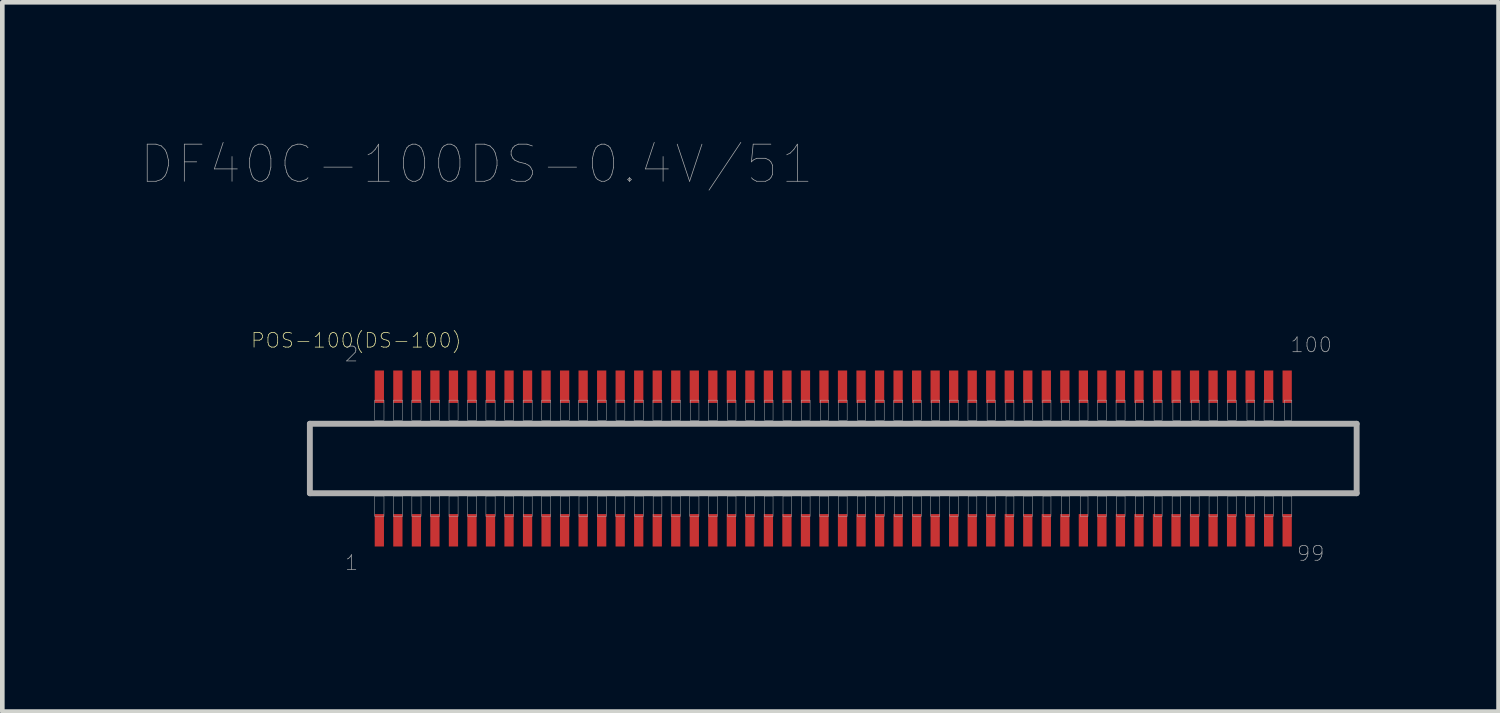
<source format=kicad_pcb>
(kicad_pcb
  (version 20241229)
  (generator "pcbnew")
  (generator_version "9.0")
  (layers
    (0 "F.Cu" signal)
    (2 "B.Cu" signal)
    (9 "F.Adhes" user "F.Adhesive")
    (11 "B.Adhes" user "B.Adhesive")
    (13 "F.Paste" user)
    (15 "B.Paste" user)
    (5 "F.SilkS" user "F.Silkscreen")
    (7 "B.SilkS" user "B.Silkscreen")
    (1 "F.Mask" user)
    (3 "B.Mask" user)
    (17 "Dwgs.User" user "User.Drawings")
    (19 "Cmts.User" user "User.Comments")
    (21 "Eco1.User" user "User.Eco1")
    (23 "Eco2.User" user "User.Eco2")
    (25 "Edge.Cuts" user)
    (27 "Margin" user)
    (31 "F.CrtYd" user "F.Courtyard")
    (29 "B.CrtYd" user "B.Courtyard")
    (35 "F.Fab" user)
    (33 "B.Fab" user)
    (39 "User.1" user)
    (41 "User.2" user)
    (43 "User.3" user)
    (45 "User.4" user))
  (footprint "POS-100(DS-100)"
    (layer "F.Cu")
    (at 3.64 7.599)
    (property "Reference" "POS-100(DS-100)" (at 1 -3.3 0) (layer "F.SilkS") (effects (font (size 0.315 0.315) (thickness 0.015))))
    (attr through_hole)
    (fp_line (start 0 -1.5) (end 0 0) (stroke (width 0.127) (type solid)) (layer "F.Fab"))
    (fp_line (start 0 0) (end 22.6 0) (stroke (width 0.127) (type solid)) (layer "F.Fab"))
    (fp_line (start 22.6 -1.5) (end 0 -1.5) (stroke (width 0.127) (type solid)) (layer "F.Fab"))
    (fp_line (start 22.6 0) (end 22.6 -1.5) (stroke (width 0.127) (type solid)) (layer "F.Fab"))
    (fp_poly (pts (xy 1.4 -2.01) (xy 1.6 -2.01) (xy 1.6 -1.57) (xy 1.4 -1.57)) (stroke (width 0.01) (type solid)) (fill no) (layer "F.Fab"))
    (fp_poly (pts (xy 1.4 0.06) (xy 1.6 0.06) (xy 1.6 0.5) (xy 1.4 0.5)) (stroke (width 0.01) (type solid)) (fill no) (layer "F.Fab"))
    (fp_poly (pts (xy 1.803 -2.01) (xy 2 -2.01) (xy 2 -1.572) (xy 1.803 -1.572)) (stroke (width 0.01) (type solid)) (fill no) (layer "F.Fab"))
    (fp_poly (pts (xy 1.803 0.06) (xy 2 0.06) (xy 2 0.501) (xy 1.803 0.501)) (stroke (width 0.01) (type solid)) (fill no) (layer "F.Fab"))
    (fp_poly (pts (xy 2.201 -2.01) (xy 2.4 -2.01) (xy 2.4 -1.571) (xy 2.201 -1.571)) (stroke (width 0.01) (type solid)) (fill no) (layer "F.Fab"))
    (fp_poly (pts (xy 2.202 0.06) (xy 2.4 0.06) (xy 2.4 0.501) (xy 2.202 0.501)) (stroke (width 0.01) (type solid)) (fill no) (layer "F.Fab"))
    (fp_poly (pts (xy 2.601 0.06) (xy 2.8 0.06) (xy 2.8 0.5) (xy 2.601 0.5)) (stroke (width 0.01) (type solid)) (fill no) (layer "F.Fab"))
    (fp_poly (pts (xy 2.604 -2.01) (xy 2.8 -2.01) (xy 2.8 -1.573) (xy 2.604 -1.573)) (stroke (width 0.01) (type solid)) (fill no) (layer "F.Fab"))
    (fp_poly (pts (xy 3.004 -2.01) (xy 3.2 -2.01) (xy 3.2 -1.572) (xy 3.004 -1.572)) (stroke (width 0.01) (type solid)) (fill no) (layer "F.Fab"))
    (fp_poly (pts (xy 3.005 0.06) (xy 3.2 0.06) (xy 3.2 0.501) (xy 3.005 0.501)) (stroke (width 0.01) (type solid)) (fill no) (layer "F.Fab"))
    (fp_poly (pts (xy 3.404 -2.01) (xy 3.6 -2.01) (xy 3.6 -1.572) (xy 3.404 -1.572)) (stroke (width 0.01) (type solid)) (fill no) (layer "F.Fab"))
    (fp_poly (pts (xy 3.405 0.06) (xy 3.6 0.06) (xy 3.6 0.501) (xy 3.405 0.501)) (stroke (width 0.01) (type solid)) (fill no) (layer "F.Fab"))
    (fp_poly (pts (xy 3.801 0.06) (xy 4 0.06) (xy 4 0.5) (xy 3.801 0.5)) (stroke (width 0.01) (type solid)) (fill no) (layer "F.Fab"))
    (fp_poly (pts (xy 3.801 -2.01) (xy 4 -2.01) (xy 4 -1.57) (xy 3.801 -1.57)) (stroke (width 0.01) (type solid)) (fill no) (layer "F.Fab"))
    (fp_poly (pts (xy 4.2 0.06) (xy 4.4 0.06) (xy 4.4 0.5) (xy 4.2 0.5)) (stroke (width 0.01) (type solid)) (fill no) (layer "F.Fab"))
    (fp_poly (pts (xy 4.206 -2.01) (xy 4.4 -2.01) (xy 4.4 -1.572) (xy 4.206 -1.572)) (stroke (width 0.01) (type solid)) (fill no) (layer "F.Fab"))
    (fp_poly (pts (xy 4.605 -2.01) (xy 4.8 -2.01) (xy 4.8 -1.572) (xy 4.605 -1.572)) (stroke (width 0.01) (type solid)) (fill no) (layer "F.Fab"))
    (fp_poly (pts (xy 4.609 0.06) (xy 4.8 0.06) (xy 4.8 0.501) (xy 4.609 0.501)) (stroke (width 0.01) (type solid)) (fill no) (layer "F.Fab"))
    (fp_poly (pts (xy 5.003 0.06) (xy 5.2 0.06) (xy 5.2 0.5) (xy 5.003 0.5)) (stroke (width 0.01) (type solid)) (fill no) (layer "F.Fab"))
    (fp_poly (pts (xy 5.005 -2.01) (xy 5.2 -2.01) (xy 5.2 -1.572) (xy 5.005 -1.572)) (stroke (width 0.01) (type solid)) (fill no) (layer "F.Fab"))
    (fp_poly (pts (xy 5.407 -2.01) (xy 5.6 -2.01) (xy 5.6 -1.572) (xy 5.407 -1.572)) (stroke (width 0.01) (type solid)) (fill no) (layer "F.Fab"))
    (fp_poly (pts (xy 5.411 0.06) (xy 5.6 0.06) (xy 5.6 0.501) (xy 5.411 0.501)) (stroke (width 0.01) (type solid)) (fill no) (layer "F.Fab"))
    (fp_poly (pts (xy 5.805 -2.01) (xy 6 -2.01) (xy 6 -1.571) (xy 5.805 -1.571)) (stroke (width 0.01) (type solid)) (fill no) (layer "F.Fab"))
    (fp_poly (pts (xy 5.81 0.06) (xy 6 0.06) (xy 6 0.501) (xy 5.81 0.501)) (stroke (width 0.01) (type solid)) (fill no) (layer "F.Fab"))
    (fp_poly (pts (xy 6.207 0.06) (xy 6.4 0.06) (xy 6.4 0.501) (xy 6.207 0.501)) (stroke (width 0.01) (type solid)) (fill no) (layer "F.Fab"))
    (fp_poly (pts (xy 6.212 -2.01) (xy 6.4 -2.01) (xy 6.4 -1.573) (xy 6.212 -1.573)) (stroke (width 0.01) (type solid)) (fill no) (layer "F.Fab"))
    (fp_poly (pts (xy 6.6 0.06) (xy 6.8 0.06) (xy 6.8 0.5) (xy 6.6 0.5)) (stroke (width 0.01) (type solid)) (fill no) (layer "F.Fab"))
    (fp_poly (pts (xy 6.61 -2.01) (xy 6.8 -2.01) (xy 6.8 -1.572) (xy 6.61 -1.572)) (stroke (width 0.01) (type solid)) (fill no) (layer "F.Fab"))
    (fp_poly (pts (xy 7.001 -2.01) (xy 7.2 -2.01) (xy 7.2 -1.57) (xy 7.001 -1.57)) (stroke (width 0.01) (type solid)) (fill no) (layer "F.Fab"))
    (fp_poly (pts (xy 7.013 0.06) (xy 7.2 0.06) (xy 7.2 0.501) (xy 7.013 0.501)) (stroke (width 0.01) (type solid)) (fill no) (layer "F.Fab"))
    (fp_poly (pts (xy 7.408 -2.01) (xy 7.6 -2.01) (xy 7.6 -1.572) (xy 7.408 -1.572)) (stroke (width 0.01) (type solid)) (fill no) (layer "F.Fab"))
    (fp_poly (pts (xy 7.412 0.06) (xy 7.6 0.06) (xy 7.6 0.501) (xy 7.412 0.501)) (stroke (width 0.01) (type solid)) (fill no) (layer "F.Fab"))
    (fp_poly (pts (xy 7.8 0.06) (xy 8 0.06) (xy 8 0.5) (xy 7.8 0.5)) (stroke (width 0.01) (type solid)) (fill no) (layer "F.Fab"))
    (fp_poly (pts (xy 7.801 -2.01) (xy 8 -2.01) (xy 8 -1.57) (xy 7.801 -1.57)) (stroke (width 0.01) (type solid)) (fill no) (layer "F.Fab"))
    (fp_poly (pts (xy 8.201 0.06) (xy 8.4 0.06) (xy 8.4 0.5) (xy 8.201 0.5)) (stroke (width 0.01) (type solid)) (fill no) (layer "F.Fab"))
    (fp_poly (pts (xy 8.212 -2.01) (xy 8.4 -2.01) (xy 8.4 -1.572) (xy 8.212 -1.572)) (stroke (width 0.01) (type solid)) (fill no) (layer "F.Fab"))
    (fp_poly (pts (xy 8.602 -2.01) (xy 8.8 -2.01) (xy 8.8 -1.57) (xy 8.602 -1.57)) (stroke (width 0.01) (type solid)) (fill no) (layer "F.Fab"))
    (fp_poly (pts (xy 8.607 0.06) (xy 8.8 0.06) (xy 8.8 0.5) (xy 8.607 0.5)) (stroke (width 0.01) (type solid)) (fill no) (layer "F.Fab"))
    (fp_poly (pts (xy 9.016 0.06) (xy 9.2 0.06) (xy 9.2 0.501) (xy 9.016 0.501)) (stroke (width 0.01) (type solid)) (fill no) (layer "F.Fab"))
    (fp_poly (pts (xy 9.017 -2.01) (xy 9.2 -2.01) (xy 9.2 -1.573) (xy 9.017 -1.573)) (stroke (width 0.01) (type solid)) (fill no) (layer "F.Fab"))
    (fp_poly (pts (xy 9.41 0.06) (xy 9.6 0.06) (xy 9.6 0.501) (xy 9.41 0.501)) (stroke (width 0.01) (type solid)) (fill no) (layer "F.Fab"))
    (fp_poly (pts (xy 9.41 -2.01) (xy 9.6 -2.01) (xy 9.6 -1.572) (xy 9.41 -1.572)) (stroke (width 0.01) (type solid)) (fill no) (layer "F.Fab"))
    (fp_poly (pts (xy 9.81 0.06) (xy 10 0.06) (xy 10 0.501) (xy 9.81 0.501)) (stroke (width 0.01) (type solid)) (fill no) (layer "F.Fab"))
    (fp_poly (pts (xy 9.816 -2.01) (xy 10 -2.01) (xy 10 -1.572) (xy 9.816 -1.572)) (stroke (width 0.01) (type solid)) (fill no) (layer "F.Fab"))
    (fp_poly (pts (xy 10.215 0.06) (xy 10.4 0.06) (xy 10.4 0.501) (xy 10.215 0.501)) (stroke (width 0.01) (type solid)) (fill no) (layer "F.Fab"))
    (fp_poly (pts (xy 10.216 -2.01) (xy 10.4 -2.01) (xy 10.4 -1.573) (xy 10.216 -1.573)) (stroke (width 0.01) (type solid)) (fill no) (layer "F.Fab"))
    (fp_poly (pts (xy 10.61 -2.01) (xy 10.8 -2.01) (xy 10.8 -1.571) (xy 10.61 -1.571)) (stroke (width 0.01) (type solid)) (fill no) (layer "F.Fab"))
    (fp_poly (pts (xy 10.615 0.06) (xy 10.8 0.06) (xy 10.8 0.501) (xy 10.615 0.501)) (stroke (width 0.01) (type solid)) (fill no) (layer "F.Fab"))
    (fp_poly (pts (xy 11.002 0.06) (xy 11.2 0.06) (xy 11.2 0.5) (xy 11.002 0.5)) (stroke (width 0.01) (type solid)) (fill no) (layer "F.Fab"))
    (fp_poly (pts (xy 11.02 -2.01) (xy 11.2 -2.01) (xy 11.2 -1.573) (xy 11.02 -1.573)) (stroke (width 0.01) (type solid)) (fill no) (layer "F.Fab"))
    (fp_poly (pts (xy 11.413 0.06) (xy 11.6 0.06) (xy 11.6 0.501) (xy 11.413 0.501)) (stroke (width 0.01) (type solid)) (fill no) (layer "F.Fab"))
    (fp_poly (pts (xy 11.417 -2.01) (xy 11.6 -2.01) (xy 11.6 -1.572) (xy 11.417 -1.572)) (stroke (width 0.01) (type solid)) (fill no) (layer "F.Fab"))
    (fp_poly (pts (xy 11.819 0.06) (xy 12 0.06) (xy 12 0.501) (xy 11.819 0.501)) (stroke (width 0.01) (type solid)) (fill no) (layer "F.Fab"))
    (fp_poly (pts (xy 11.822 -2.01) (xy 12 -2.01) (xy 12 -1.573) (xy 11.822 -1.573)) (stroke (width 0.01) (type solid)) (fill no) (layer "F.Fab"))
    (fp_poly (pts (xy 12.204 -2.01) (xy 12.4 -2.01) (xy 12.4 -1.571) (xy 12.204 -1.571)) (stroke (width 0.01) (type solid)) (fill no) (layer "F.Fab"))
    (fp_poly (pts (xy 12.21 0.06) (xy 12.4 0.06) (xy 12.4 0.5) (xy 12.21 0.5)) (stroke (width 0.01) (type solid)) (fill no) (layer "F.Fab"))
    (fp_poly (pts (xy 12.608 -2.01) (xy 12.8 -2.01) (xy 12.8 -1.571) (xy 12.608 -1.571)) (stroke (width 0.01) (type solid)) (fill no) (layer "F.Fab"))
    (fp_poly (pts (xy 12.62 0.06) (xy 12.8 0.06) (xy 12.8 0.501) (xy 12.62 0.501)) (stroke (width 0.01) (type solid)) (fill no) (layer "F.Fab"))
    (fp_poly (pts (xy 13.016 0.06) (xy 13.2 0.06) (xy 13.2 0.501) (xy 13.016 0.501)) (stroke (width 0.01) (type solid)) (fill no) (layer "F.Fab"))
    (fp_poly (pts (xy 13.025 -2.01) (xy 13.2 -2.01) (xy 13.2 -1.573) (xy 13.025 -1.573)) (stroke (width 0.01) (type solid)) (fill no) (layer "F.Fab"))
    (fp_poly (pts (xy 13.404 0.06) (xy 13.6 0.06) (xy 13.6 0.5) (xy 13.404 0.5)) (stroke (width 0.01) (type solid)) (fill no) (layer "F.Fab"))
    (fp_poly (pts (xy 13.425 -2.01) (xy 13.6 -2.01) (xy 13.6 -1.573) (xy 13.425 -1.573)) (stroke (width 0.01) (type solid)) (fill no) (layer "F.Fab"))
    (fp_poly (pts (xy 13.809 -2.01) (xy 14 -2.01) (xy 14 -1.571) (xy 13.809 -1.571)) (stroke (width 0.01) (type solid)) (fill no) (layer "F.Fab"))
    (fp_poly (pts (xy 13.814 0.06) (xy 14 0.06) (xy 14 0.501) (xy 13.814 0.501)) (stroke (width 0.01) (type solid)) (fill no) (layer "F.Fab"))
    (fp_poly (pts (xy 14.208 -2.01) (xy 14.4 -2.01) (xy 14.4 -1.571) (xy 14.208 -1.571)) (stroke (width 0.01) (type solid)) (fill no) (layer "F.Fab"))
    (fp_poly (pts (xy 14.213 0.06) (xy 14.4 0.06) (xy 14.4 0.5) (xy 14.213 0.5)) (stroke (width 0.01) (type solid)) (fill no) (layer "F.Fab"))
    (fp_poly (pts (xy 14.615 0.06) (xy 14.8 0.06) (xy 14.8 0.501) (xy 14.615 0.501)) (stroke (width 0.01) (type solid)) (fill no) (layer "F.Fab"))
    (fp_poly (pts (xy 14.622 -2.01) (xy 14.8 -2.01) (xy 14.8 -1.572) (xy 14.622 -1.572)) (stroke (width 0.01) (type solid)) (fill no) (layer "F.Fab"))
    (fp_poly (pts (xy 15.026 -2.01) (xy 15.2 -2.01) (xy 15.2 -1.573) (xy 15.026 -1.573)) (stroke (width 0.01) (type solid)) (fill no) (layer "F.Fab"))
    (fp_poly (pts (xy 15.03 0.06) (xy 15.2 0.06) (xy 15.2 0.501) (xy 15.03 0.501)) (stroke (width 0.01) (type solid)) (fill no) (layer "F.Fab"))
    (fp_poly (pts (xy 15.412 0.06) (xy 15.6 0.06) (xy 15.6 0.5) (xy 15.412 0.5)) (stroke (width 0.01) (type solid)) (fill no) (layer "F.Fab"))
    (fp_poly (pts (xy 15.421 -2.01) (xy 15.6 -2.01) (xy 15.6 -1.572) (xy 15.421 -1.572)) (stroke (width 0.01) (type solid)) (fill no) (layer "F.Fab"))
    (fp_poly (pts (xy 15.825 -2.01) (xy 16 -2.01) (xy 16 -1.572) (xy 15.825 -1.572)) (stroke (width 0.01) (type solid)) (fill no) (layer "F.Fab"))
    (fp_poly (pts (xy 15.829 0.06) (xy 16 0.06) (xy 16 0.501) (xy 15.829 0.501)) (stroke (width 0.01) (type solid)) (fill no) (layer "F.Fab"))
    (fp_poly (pts (xy 16.222 0.06) (xy 16.4 0.06) (xy 16.4 0.501) (xy 16.222 0.501)) (stroke (width 0.01) (type solid)) (fill no) (layer "F.Fab"))
    (fp_poly (pts (xy 16.232 -2.01) (xy 16.4 -2.01) (xy 16.4 -1.573) (xy 16.232 -1.573)) (stroke (width 0.01) (type solid)) (fill no) (layer "F.Fab"))
    (fp_poly (pts (xy 16.609 -2.01) (xy 16.8 -2.01) (xy 16.8 -1.571) (xy 16.609 -1.571)) (stroke (width 0.01) (type solid)) (fill no) (layer "F.Fab"))
    (fp_poly (pts (xy 16.632 0.06) (xy 16.8 0.06) (xy 16.8 0.501) (xy 16.632 0.501)) (stroke (width 0.01) (type solid)) (fill no) (layer "F.Fab"))
    (fp_poly (pts (xy 17 0.06) (xy 17.2 0.06) (xy 17.2 0.5) (xy 17 0.5)) (stroke (width 0.01) (type solid)) (fill no) (layer "F.Fab"))
    (fp_poly (pts (xy 17.011 -2.01) (xy 17.2 -2.01) (xy 17.2 -1.571) (xy 17.011 -1.571)) (stroke (width 0.01) (type solid)) (fill no) (layer "F.Fab"))
    (fp_poly (pts (xy 17.406 -2.01) (xy 17.6 -2.01) (xy 17.6 -1.571) (xy 17.406 -1.571)) (stroke (width 0.01) (type solid)) (fill no) (layer "F.Fab"))
    (fp_poly (pts (xy 17.42 0.06) (xy 17.6 0.06) (xy 17.6 0.501) (xy 17.42 0.501)) (stroke (width 0.01) (type solid)) (fill no) (layer "F.Fab"))
    (fp_poly (pts (xy 17.822 0.06) (xy 18 0.06) (xy 18 0.501) (xy 17.822 0.501)) (stroke (width 0.01) (type solid)) (fill no) (layer "F.Fab"))
    (fp_poly (pts (xy 17.83 -2.01) (xy 18 -2.01) (xy 18 -1.573) (xy 17.83 -1.573)) (stroke (width 0.01) (type solid)) (fill no) (layer "F.Fab"))
    (fp_poly (pts (xy 18.227 -2.01) (xy 18.4 -2.01) (xy 18.4 -1.572) (xy 18.227 -1.572)) (stroke (width 0.01) (type solid)) (fill no) (layer "F.Fab"))
    (fp_poly (pts (xy 18.232 0.06) (xy 18.4 0.06) (xy 18.4 0.501) (xy 18.232 0.501)) (stroke (width 0.01) (type solid)) (fill no) (layer "F.Fab"))
    (fp_poly (pts (xy 18.617 0.06) (xy 18.8 0.06) (xy 18.8 0.5) (xy 18.617 0.5)) (stroke (width 0.01) (type solid)) (fill no) (layer "F.Fab"))
    (fp_poly (pts (xy 18.633 -2.01) (xy 18.8 -2.01) (xy 18.8 -1.573) (xy 18.633 -1.573)) (stroke (width 0.01) (type solid)) (fill no) (layer "F.Fab"))
    (fp_poly (pts (xy 19.017 0.06) (xy 19.2 0.06) (xy 19.2 0.5) (xy 19.017 0.5)) (stroke (width 0.01) (type solid)) (fill no) (layer "F.Fab"))
    (fp_poly (pts (xy 19.038 -2.01) (xy 19.2 -2.01) (xy 19.2 -1.573) (xy 19.038 -1.573)) (stroke (width 0.01) (type solid)) (fill no) (layer "F.Fab"))
    (fp_poly (pts (xy 19.413 -2.01) (xy 19.6 -2.01) (xy 19.6 -1.571) (xy 19.413 -1.571)) (stroke (width 0.01) (type solid)) (fill no) (layer "F.Fab"))
    (fp_poly (pts (xy 19.414 0.06) (xy 19.6 0.06) (xy 19.6 0.5) (xy 19.414 0.5)) (stroke (width 0.01) (type solid)) (fill no) (layer "F.Fab"))
    (fp_poly (pts (xy 19.817 -2.01) (xy 20 -2.01) (xy 20 -1.571) (xy 19.817 -1.571)) (stroke (width 0.01) (type solid)) (fill no) (layer "F.Fab"))
    (fp_poly (pts (xy 19.819 0.06) (xy 20 0.06) (xy 20 0.5) (xy 19.819 0.5)) (stroke (width 0.01) (type solid)) (fill no) (layer "F.Fab"))
    (fp_poly (pts (xy 20.206 0.06) (xy 20.4 0.06) (xy 20.4 0.5) (xy 20.206 0.5)) (stroke (width 0.01) (type solid)) (fill no) (layer "F.Fab"))
    (fp_poly (pts (xy 20.232 -2.01) (xy 20.4 -2.01) (xy 20.4 -1.572) (xy 20.232 -1.572)) (stroke (width 0.01) (type solid)) (fill no) (layer "F.Fab"))
    (fp_poly (pts (xy 20.601 -2.01) (xy 20.8 -2.01) (xy 20.8 -1.57) (xy 20.601 -1.57)) (stroke (width 0.01) (type solid)) (fill no) (layer "F.Fab"))
    (fp_poly (pts (xy 20.608 0.06) (xy 20.8 0.06) (xy 20.8 0.5) (xy 20.608 0.5)) (stroke (width 0.01) (type solid)) (fill no) (layer "F.Fab"))
    (fp_poly (pts (xy 21.001 0.06) (xy 21.2 0.06) (xy 21.2 0.5) (xy 21.001 0.5)) (stroke (width 0.01) (type solid)) (fill no) (layer "F.Fab"))
    (fp_poly (pts (xy 21.04 -2.01) (xy 21.2 -2.01) (xy 21.2 -1.573) (xy 21.04 -1.573)) (stroke (width 0.01) (type solid)) (fill no) (layer "F.Fab"))
    (fp_text user "DF40C-100DS-0.4V/51" (at 3.602 -7.105 0) (layer "F.Fab") (effects (font (size 0.801 0.801) (thickness 0.015))))
    (fp_text user "2" (at 0.901 -3.004 0) (layer "F.Fab") (effects (font (size 0.32 0.32) (thickness 0.015))))
    (fp_text user "100" (at 21.619 -3.203 0) (layer "F.Fab") (effects (font (size 0.32 0.32) (thickness 0.015))))
    (fp_text user "1" (at 0.9 1.5 0) (layer "F.Fab") (effects (font (size 0.32 0.32) (thickness 0.015))))
    (fp_text user "99" (at 21.608 1.3 0) (layer "F.Fab") (effects (font (size 0.32 0.32) (thickness 0.015))))
    (pad "P$1" smd rect (at 1.5 0.8) (size 0.2 0.7) (layers "F.Cu" "F.Mask" "F.Paste"))
    (pad "P$2" smd rect (at 1.5 -2.3) (size 0.2 0.7) (layers "F.Cu" "F.Mask" "F.Paste"))
    (pad "P$3" smd rect (at 1.9 0.8) (size 0.2 0.7) (layers "F.Cu" "F.Mask" "F.Paste"))
    (pad "P$4" smd rect (at 1.9 -2.3) (size 0.2 0.7) (layers "F.Cu" "F.Mask" "F.Paste"))
    (pad "P$5" smd rect (at 2.3 0.8) (size 0.2 0.7) (layers "F.Cu" "F.Mask" "F.Paste"))
    (pad "P$6" smd rect (at 2.3 -2.3) (size 0.2 0.7) (layers "F.Cu" "F.Mask" "F.Paste"))
    (pad "P$7" smd rect (at 2.7 0.8) (size 0.2 0.7) (layers "F.Cu" "F.Mask" "F.Paste"))
    (pad "P$8" smd rect (at 2.7 -2.3) (size 0.2 0.7) (layers "F.Cu" "F.Mask" "F.Paste"))
    (pad "P$9" smd rect (at 3.1 0.8) (size 0.2 0.7) (layers "F.Cu" "F.Mask" "F.Paste"))
    (pad "P$10" smd rect (at 3.1 -2.3) (size 0.2 0.7) (layers "F.Cu" "F.Mask" "F.Paste"))
    (pad "P$11" smd rect (at 3.5 0.8) (size 0.2 0.7) (layers "F.Cu" "F.Mask" "F.Paste"))
    (pad "P$12" smd rect (at 3.5 -2.3) (size 0.2 0.7) (layers "F.Cu" "F.Mask" "F.Paste"))
    (pad "P$13" smd rect (at 3.9 0.8) (size 0.2 0.7) (layers "F.Cu" "F.Mask" "F.Paste"))
    (pad "P$14" smd rect (at 3.9 -2.3) (size 0.2 0.7) (layers "F.Cu" "F.Mask" "F.Paste"))
    (pad "P$15" smd rect (at 4.3 0.8) (size 0.2 0.7) (layers "F.Cu" "F.Mask" "F.Paste"))
    (pad "P$16" smd rect (at 4.3 -2.3) (size 0.2 0.7) (layers "F.Cu" "F.Mask" "F.Paste"))
    (pad "P$17" smd rect (at 4.7 0.8) (size 0.2 0.7) (layers "F.Cu" "F.Mask" "F.Paste"))
    (pad "P$18" smd rect (at 4.7 -2.3) (size 0.2 0.7) (layers "F.Cu" "F.Mask" "F.Paste"))
    (pad "P$19" smd rect (at 5.1 0.8) (size 0.2 0.7) (layers "F.Cu" "F.Mask" "F.Paste"))
    (pad "P$20" smd rect (at 5.1 -2.3) (size 0.2 0.7) (layers "F.Cu" "F.Mask" "F.Paste"))
    (pad "P$21" smd rect (at 5.5 0.8) (size 0.2 0.7) (layers "F.Cu" "F.Mask" "F.Paste"))
    (pad "P$22" smd rect (at 5.5 -2.3) (size 0.2 0.7) (layers "F.Cu" "F.Mask" "F.Paste"))
    (pad "P$23" smd rect (at 5.9 0.8) (size 0.2 0.7) (layers "F.Cu" "F.Mask" "F.Paste"))
    (pad "P$24" smd rect (at 5.9 -2.3) (size 0.2 0.7) (layers "F.Cu" "F.Mask" "F.Paste"))
    (pad "P$25" smd rect (at 6.3 0.8) (size 0.2 0.7) (layers "F.Cu" "F.Mask" "F.Paste"))
    (pad "P$26" smd rect (at 6.3 -2.3) (size 0.2 0.7) (layers "F.Cu" "F.Mask" "F.Paste"))
    (pad "P$27" smd rect (at 6.7 0.8) (size 0.2 0.7) (layers "F.Cu" "F.Mask" "F.Paste"))
    (pad "P$28" smd rect (at 6.7 -2.3) (size 0.2 0.7) (layers "F.Cu" "F.Mask" "F.Paste"))
    (pad "P$29" smd rect (at 7.1 0.8) (size 0.2 0.7) (layers "F.Cu" "F.Mask" "F.Paste"))
    (pad "P$30" smd rect (at 7.1 -2.3) (size 0.2 0.7) (layers "F.Cu" "F.Mask" "F.Paste"))
    (pad "P$31" smd rect (at 7.5 0.8) (size 0.2 0.7) (layers "F.Cu" "F.Mask" "F.Paste"))
    (pad "P$32" smd rect (at 7.5 -2.3) (size 0.2 0.7) (layers "F.Cu" "F.Mask" "F.Paste"))
    (pad "P$33" smd rect (at 7.9 0.8) (size 0.2 0.7) (layers "F.Cu" "F.Mask" "F.Paste"))
    (pad "P$34" smd rect (at 7.9 -2.3) (size 0.2 0.7) (layers "F.Cu" "F.Mask" "F.Paste"))
    (pad "P$35" smd rect (at 8.3 0.8) (size 0.2 0.7) (layers "F.Cu" "F.Mask" "F.Paste"))
    (pad "P$36" smd rect (at 8.3 -2.3) (size 0.2 0.7) (layers "F.Cu" "F.Mask" "F.Paste"))
    (pad "P$37" smd rect (at 8.7 0.8) (size 0.2 0.7) (layers "F.Cu" "F.Mask" "F.Paste"))
    (pad "P$38" smd rect (at 8.7 -2.3) (size 0.2 0.7) (layers "F.Cu" "F.Mask" "F.Paste"))
    (pad "P$39" smd rect (at 9.1 0.8) (size 0.2 0.7) (layers "F.Cu" "F.Mask" "F.Paste"))
    (pad "P$40" smd rect (at 9.1 -2.3) (size 0.2 0.7) (layers "F.Cu" "F.Mask" "F.Paste"))
    (pad "P$41" smd rect (at 9.5 0.8) (size 0.2 0.7) (layers "F.Cu" "F.Mask" "F.Paste"))
    (pad "P$42" smd rect (at 9.5 -2.3) (size 0.2 0.7) (layers "F.Cu" "F.Mask" "F.Paste"))
    (pad "P$43" smd rect (at 9.9 0.8) (size 0.2 0.7) (layers "F.Cu" "F.Mask" "F.Paste"))
    (pad "P$44" smd rect (at 9.9 -2.3) (size 0.2 0.7) (layers "F.Cu" "F.Mask" "F.Paste"))
    (pad "P$45" smd rect (at 10.3 0.8) (size 0.2 0.7) (layers "F.Cu" "F.Mask" "F.Paste"))
    (pad "P$46" smd rect (at 10.3 -2.3) (size 0.2 0.7) (layers "F.Cu" "F.Mask" "F.Paste"))
    (pad "P$47" smd rect (at 10.7 0.8) (size 0.2 0.7) (layers "F.Cu" "F.Mask" "F.Paste"))
    (pad "P$48" smd rect (at 10.7 -2.3) (size 0.2 0.7) (layers "F.Cu" "F.Mask" "F.Paste"))
    (pad "P$49" smd rect (at 11.1 0.8) (size 0.2 0.7) (layers "F.Cu" "F.Mask" "F.Paste"))
    (pad "P$50" smd rect (at 11.1 -2.3) (size 0.2 0.7) (layers "F.Cu" "F.Mask" "F.Paste"))
    (pad "P$51" smd rect (at 11.5 0.8) (size 0.2 0.7) (layers "F.Cu" "F.Mask" "F.Paste"))
    (pad "P$52" smd rect (at 11.5 -2.3) (size 0.2 0.7) (layers "F.Cu" "F.Mask" "F.Paste"))
    (pad "P$53" smd rect (at 11.9 0.8) (size 0.2 0.7) (layers "F.Cu" "F.Mask" "F.Paste"))
    (pad "P$54" smd rect (at 11.9 -2.3) (size 0.2 0.7) (layers "F.Cu" "F.Mask" "F.Paste"))
    (pad "P$55" smd rect (at 12.3 0.8) (size 0.2 0.7) (layers "F.Cu" "F.Mask" "F.Paste"))
    (pad "P$56" smd rect (at 12.3 -2.3) (size 0.2 0.7) (layers "F.Cu" "F.Mask" "F.Paste"))
    (pad "P$57" smd rect (at 12.7 0.8) (size 0.2 0.7) (layers "F.Cu" "F.Mask" "F.Paste"))
    (pad "P$58" smd rect (at 12.7 -2.3) (size 0.2 0.7) (layers "F.Cu" "F.Mask" "F.Paste"))
    (pad "P$59" smd rect (at 13.1 0.8) (size 0.2 0.7) (layers "F.Cu" "F.Mask" "F.Paste"))
    (pad "P$60" smd rect (at 13.1 -2.3) (size 0.2 0.7) (layers "F.Cu" "F.Mask" "F.Paste"))
    (pad "P$61" smd rect (at 13.5 0.8) (size 0.2 0.7) (layers "F.Cu" "F.Mask" "F.Paste"))
    (pad "P$62" smd rect (at 13.5 -2.3) (size 0.2 0.7) (layers "F.Cu" "F.Mask" "F.Paste"))
    (pad "P$63" smd rect (at 13.9 0.8) (size 0.2 0.7) (layers "F.Cu" "F.Mask" "F.Paste"))
    (pad "P$64" smd rect (at 13.9 -2.3) (size 0.2 0.7) (layers "F.Cu" "F.Mask" "F.Paste"))
    (pad "P$65" smd rect (at 14.3 0.8) (size 0.2 0.7) (layers "F.Cu" "F.Mask" "F.Paste"))
    (pad "P$66" smd rect (at 14.3 -2.3) (size 0.2 0.7) (layers "F.Cu" "F.Mask" "F.Paste"))
    (pad "P$67" smd rect (at 14.7 0.8) (size 0.2 0.7) (layers "F.Cu" "F.Mask" "F.Paste"))
    (pad "P$68" smd rect (at 14.7 -2.3) (size 0.2 0.7) (layers "F.Cu" "F.Mask" "F.Paste"))
    (pad "P$69" smd rect (at 15.1 0.8) (size 0.2 0.7) (layers "F.Cu" "F.Mask" "F.Paste"))
    (pad "P$70" smd rect (at 15.1 -2.3) (size 0.2 0.7) (layers "F.Cu" "F.Mask" "F.Paste"))
    (pad "P$71" smd rect (at 15.5 0.8) (size 0.2 0.7) (layers "F.Cu" "F.Mask" "F.Paste"))
    (pad "P$72" smd rect (at 15.5 -2.3) (size 0.2 0.7) (layers "F.Cu" "F.Mask" "F.Paste"))
    (pad "P$73" smd rect (at 15.9 0.8) (size 0.2 0.7) (layers "F.Cu" "F.Mask" "F.Paste"))
    (pad "P$74" smd rect (at 15.9 -2.3) (size 0.2 0.7) (layers "F.Cu" "F.Mask" "F.Paste"))
    (pad "P$75" smd rect (at 16.3 0.8) (size 0.2 0.7) (layers "F.Cu" "F.Mask" "F.Paste"))
    (pad "P$76" smd rect (at 16.3 -2.3) (size 0.2 0.7) (layers "F.Cu" "F.Mask" "F.Paste"))
    (pad "P$77" smd rect (at 16.7 0.8) (size 0.2 0.7) (layers "F.Cu" "F.Mask" "F.Paste"))
    (pad "P$78" smd rect (at 16.7 -2.3) (size 0.2 0.7) (layers "F.Cu" "F.Mask" "F.Paste"))
    (pad "P$79" smd rect (at 17.1 0.8) (size 0.2 0.7) (layers "F.Cu" "F.Mask" "F.Paste"))
    (pad "P$80" smd rect (at 17.1 -2.3) (size 0.2 0.7) (layers "F.Cu" "F.Mask" "F.Paste"))
    (pad "P$81" smd rect (at 17.5 0.8) (size 0.2 0.7) (layers "F.Cu" "F.Mask" "F.Paste"))
    (pad "P$82" smd rect (at 17.5 -2.3) (size 0.2 0.7) (layers "F.Cu" "F.Mask" "F.Paste"))
    (pad "P$83" smd rect (at 17.9 0.8) (size 0.2 0.7) (layers "F.Cu" "F.Mask" "F.Paste"))
    (pad "P$84" smd rect (at 17.9 -2.3) (size 0.2 0.7) (layers "F.Cu" "F.Mask" "F.Paste"))
    (pad "P$85" smd rect (at 18.3 0.8) (size 0.2 0.7) (layers "F.Cu" "F.Mask" "F.Paste"))
    (pad "P$86" smd rect (at 18.3 -2.3) (size 0.2 0.7) (layers "F.Cu" "F.Mask" "F.Paste"))
    (pad "P$87" smd rect (at 18.7 0.8) (size 0.2 0.7) (layers "F.Cu" "F.Mask" "F.Paste"))
    (pad "P$88" smd rect (at 18.7 -2.3) (size 0.2 0.7) (layers "F.Cu" "F.Mask" "F.Paste"))
    (pad "P$89" smd rect (at 19.1 0.8) (size 0.2 0.7) (layers "F.Cu" "F.Mask" "F.Paste"))
    (pad "P$90" smd rect (at 19.1 -2.3) (size 0.2 0.7) (layers "F.Cu" "F.Mask" "F.Paste"))
    (pad "P$91" smd rect (at 19.5 0.8) (size 0.2 0.7) (layers "F.Cu" "F.Mask" "F.Paste"))
    (pad "P$92" smd rect (at 19.5 -2.3) (size 0.2 0.7) (layers "F.Cu" "F.Mask" "F.Paste"))
    (pad "P$93" smd rect (at 19.9 0.8) (size 0.2 0.7) (layers "F.Cu" "F.Mask" "F.Paste"))
    (pad "P$94" smd rect (at 19.9 -2.3) (size 0.2 0.7) (layers "F.Cu" "F.Mask" "F.Paste"))
    (pad "P$95" smd rect (at 20.3 0.8) (size 0.2 0.7) (layers "F.Cu" "F.Mask" "F.Paste"))
    (pad "P$96" smd rect (at 20.3 -2.3) (size 0.2 0.7) (layers "F.Cu" "F.Mask" "F.Paste"))
    (pad "P$97" smd rect (at 20.7 0.8) (size 0.2 0.7) (layers "F.Cu" "F.Mask" "F.Paste"))
    (pad "P$98" smd rect (at 20.7 -2.3) (size 0.2 0.7) (layers "F.Cu" "F.Mask" "F.Paste"))
    (pad "P$99" smd rect (at 21.1 0.8) (size 0.2 0.7) (layers "F.Cu" "F.Mask" "F.Paste"))
    (pad "P$100" smd rect (at 21.1 -2.3) (size 0.2 0.7) (layers "F.Cu" "F.Mask" "F.Paste")))
  (gr_rect
    (start -3 -3)
    (end 29.304 12.313)
    (stroke (width 0.1) (type default))
    (fill no)
    (layer "Edge.Cuts")))
</source>
